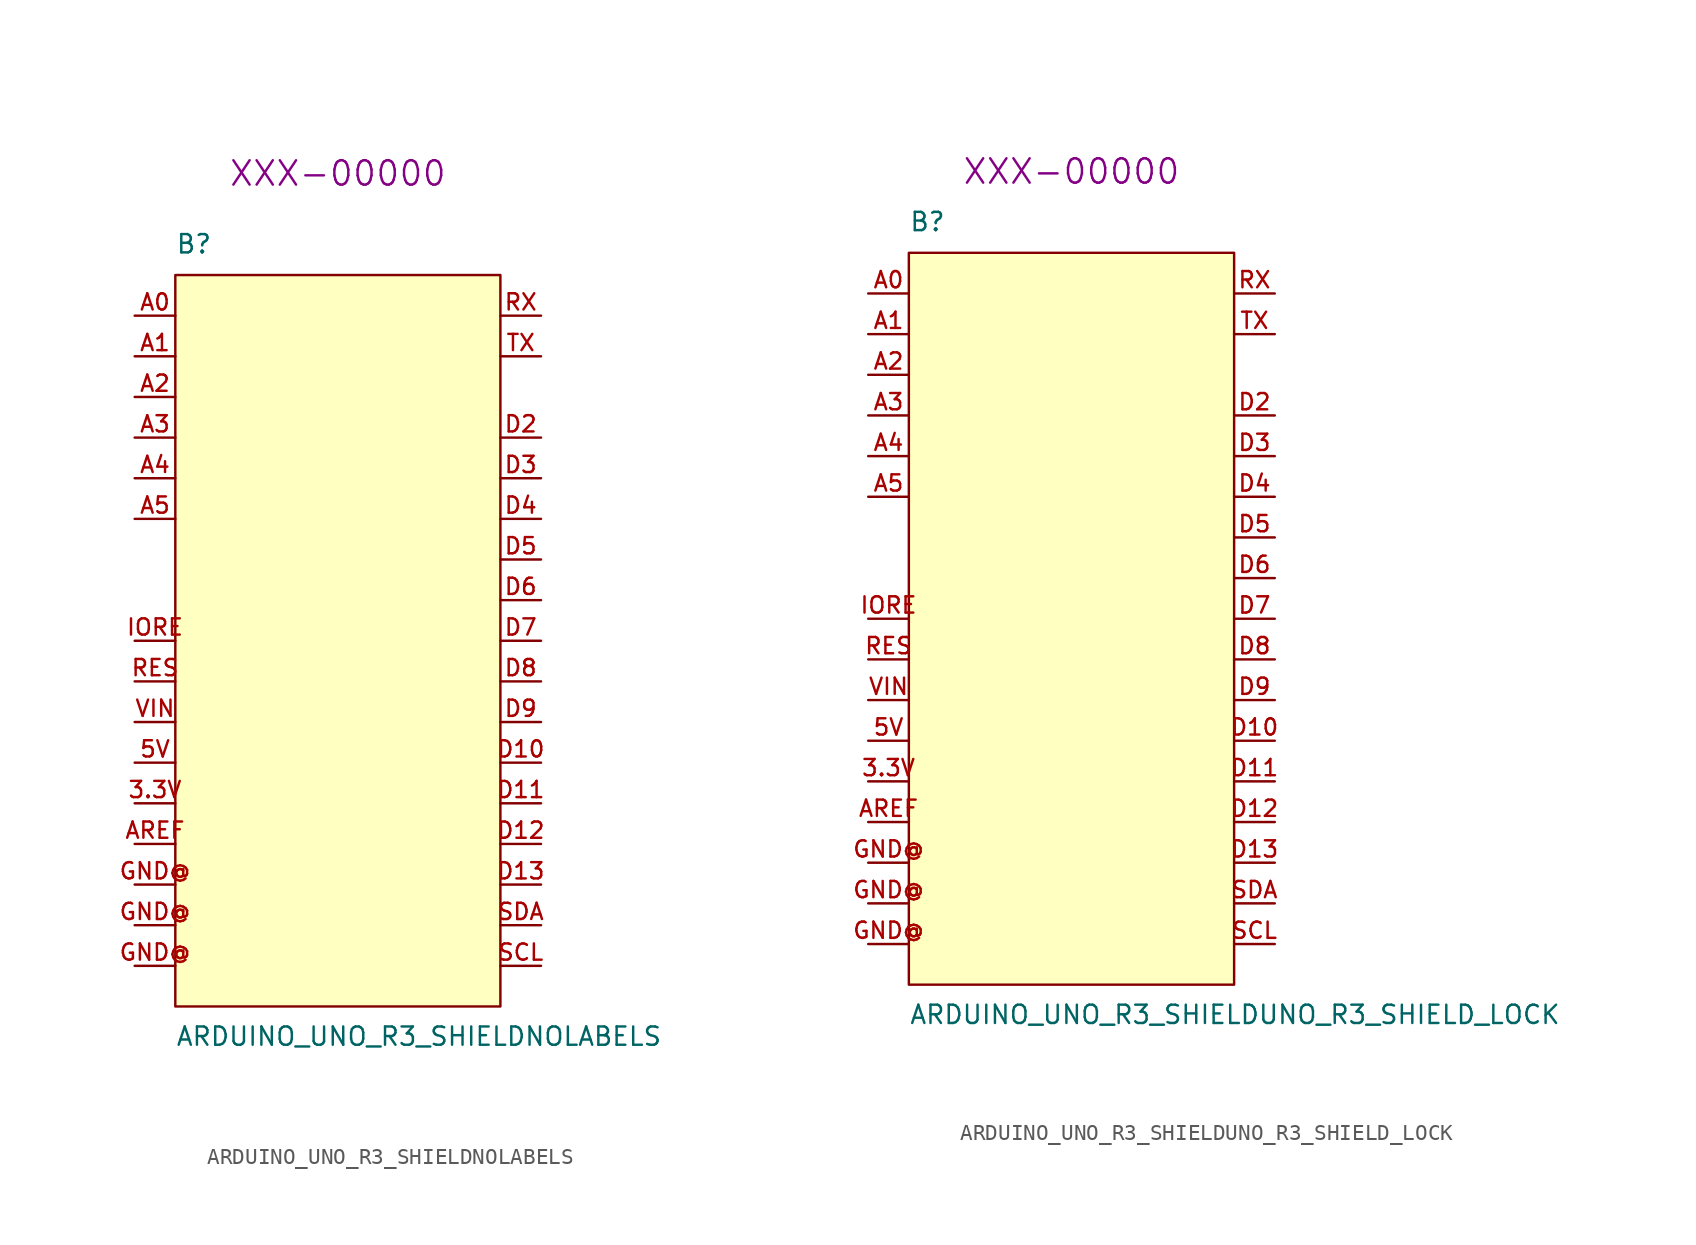
<source format=kicad_sym>
(kicad_symbol_lib
  (version 20220914)
  (generator kicad_symbol_editor)
  (symbol "ARDUINO_UNO_R3_SHIELDNOLABELS"
    (pin_names
      (offset 1.016) hide)
    (property "Reference" "B"
      (at -10.16 21.59 0)
      (effects (font (size 1.143 1.143)) (justify left bottom)))
    (property "Value" "ARDUINO_UNO_R3_SHIELDNOLABELS"
      (at -10.16 -27.94 0)
      (effects (font (size 1.143 1.143)) (justify left bottom)))
    (property "Field4" "XXX-00000"
      (at 0 26.67 0)
      (effects (font (size 1.524 1.524))))
    (property "ki_locked" ""
      (at 0 0 0)
      (effects (font (size 1.27 1.27))))
    (symbol "ARDUINO_UNO_R3_SHIELDNOLABELS_1_1"
      (polyline (pts (xy -10.16 -25.4) (xy -10.16 20.32) (xy 10.16 20.32) (xy 10.16 -25.4) (xy -10.16 -25.4)) (stroke (width 0) (type solid)) (fill (type background)))
      (pin bidirectional line (at -12.7 -12.7 0) (length 2.54) (name "3.3V" (effects (font (size 1.016 1.016)))) (number "3.3V" (effects (font (size 1.016 1.016)))))
      (pin bidirectional line (at -12.7 -10.16 0) (length 2.54) (name "5V" (effects (font (size 1.016 1.016)))) (number "5V" (effects (font (size 1.016 1.016)))))
      (pin bidirectional line (at -12.7 17.78 0) (length 2.54) (name "A0" (effects (font (size 1.016 1.016)))) (number "A0" (effects (font (size 1.016 1.016)))))
      (pin bidirectional line (at -12.7 15.24 0) (length 2.54) (name "A1" (effects (font (size 1.016 1.016)))) (number "A1" (effects (font (size 1.016 1.016)))))
      (pin bidirectional line (at -12.7 12.7 0) (length 2.54) (name "A2" (effects (font (size 1.016 1.016)))) (number "A2" (effects (font (size 1.016 1.016)))))
      (pin bidirectional line (at -12.7 10.16 0) (length 2.54) (name "A3" (effects (font (size 1.016 1.016)))) (number "A3" (effects (font (size 1.016 1.016)))))
      (pin bidirectional line (at -12.7 7.62 0) (length 2.54) (name "A4" (effects (font (size 1.016 1.016)))) (number "A4" (effects (font (size 1.016 1.016)))))
      (pin bidirectional line (at -12.7 5.08 0) (length 2.54) (name "A5" (effects (font (size 1.016 1.016)))) (number "A5" (effects (font (size 1.016 1.016)))))
      (pin bidirectional line (at -12.7 -15.24 0) (length 2.54) (name "AREF" (effects (font (size 1.016 1.016)))) (number "AREF" (effects (font (size 1.016 1.016)))))
      (pin bidirectional line (at 12.7 -10.16 180) (length 2.54) (name "*D10" (effects (font (size 1.016 1.016)))) (number "D10" (effects (font (size 1.016 1.016)))))
      (pin bidirectional line (at 12.7 -12.7 180) (length 2.54) (name "*D11" (effects (font (size 1.016 1.016)))) (number "D11" (effects (font (size 1.016 1.016)))))
      (pin bidirectional line (at 12.7 -15.24 180) (length 2.54) (name "D12" (effects (font (size 1.016 1.016)))) (number "D12" (effects (font (size 1.016 1.016)))))
      (pin bidirectional line (at 12.7 -17.78 180) (length 2.54) (name "D13" (effects (font (size 1.016 1.016)))) (number "D13" (effects (font (size 1.016 1.016)))))
      (pin bidirectional line (at 12.7 10.16 180) (length 2.54) (name "D2" (effects (font (size 1.016 1.016)))) (number "D2" (effects (font (size 1.016 1.016)))))
      (pin bidirectional line (at 12.7 7.62 180) (length 2.54) (name "*D3" (effects (font (size 1.016 1.016)))) (number "D3" (effects (font (size 1.016 1.016)))))
      (pin bidirectional line (at 12.7 5.08 180) (length 2.54) (name "D4" (effects (font (size 1.016 1.016)))) (number "D4" (effects (font (size 1.016 1.016)))))
      (pin bidirectional line (at 12.7 2.54 180) (length 2.54) (name "*D5" (effects (font (size 1.016 1.016)))) (number "D5" (effects (font (size 1.016 1.016)))))
      (pin bidirectional line (at 12.7 0 180) (length 2.54) (name "*D6" (effects (font (size 1.016 1.016)))) (number "D6" (effects (font (size 1.016 1.016)))))
      (pin bidirectional line (at 12.7 -2.54 180) (length 2.54) (name "D7" (effects (font (size 1.016 1.016)))) (number "D7" (effects (font (size 1.016 1.016)))))
      (pin bidirectional line (at 12.7 -5.08 180) (length 2.54) (name "D8" (effects (font (size 1.016 1.016)))) (number "D8" (effects (font (size 1.016 1.016)))))
      (pin bidirectional line (at 12.7 -7.62 180) (length 2.54) (name "*D9" (effects (font (size 1.016 1.016)))) (number "D9" (effects (font (size 1.016 1.016)))))
      (pin bidirectional line (at -12.7 -22.86 0) (length 2.54) (name "GND" (effects (font (size 1.016 1.016)))) (number "GND@" (effects (font (size 1.016 1.016)))))
      (pin bidirectional line (at -12.7 -20.32 0) (length 2.54) (name "GND" (effects (font (size 1.016 1.016)))) (number "GND@" (effects (font (size 1.016 1.016)))))
      (pin bidirectional line (at -12.7 -17.78 0) (length 2.54) (name "GND" (effects (font (size 1.016 1.016)))) (number "GND@" (effects (font (size 1.016 1.016)))))
      (pin bidirectional line (at -12.7 -2.54 0) (length 2.54) (name "IOREF" (effects (font (size 1.016 1.016)))) (number "IORE" (effects (font (size 1.016 1.016)))))
      (pin bidirectional line (at -12.7 -5.08 0) (length 2.54) (name "RES" (effects (font (size 1.016 1.016)))) (number "RES" (effects (font (size 1.016 1.016)))))
      (pin bidirectional line (at 12.7 17.78 180) (length 2.54) (name "RX" (effects (font (size 1.016 1.016)))) (number "RX" (effects (font (size 1.016 1.016)))))
      (pin bidirectional line (at 12.7 -22.86 180) (length 2.54) (name "SCL" (effects (font (size 1.016 1.016)))) (number "SCL" (effects (font (size 1.016 1.016)))))
      (pin bidirectional line (at 12.7 -20.32 180) (length 2.54) (name "SDA" (effects (font (size 1.016 1.016)))) (number "SDA" (effects (font (size 1.016 1.016)))))
      (pin bidirectional line (at 12.7 15.24 180) (length 2.54) (name "TX" (effects (font (size 1.016 1.016)))) (number "TX" (effects (font (size 1.016 1.016)))))
      (pin bidirectional line (at -12.7 -7.62 0) (length 2.54) (name "VIN" (effects (font (size 1.016 1.016)))) (number "VIN" (effects (font (size 1.016 1.016)))))))
  (symbol "ARDUINO_UNO_R3_SHIELDUNO_R3_SHIELD_LOCK"
    (pin_names
      (offset 1.016) hide)
    (property "Reference" "B"
      (at -10.16 21.59 0)
      (effects (font (size 1.143 1.143)) (justify left bottom)))
    (property "Value" "ARDUINO_UNO_R3_SHIELDUNO_R3_SHIELD_LOCK"
      (at -10.16 -27.94 0)
      (effects (font (size 1.143 1.143)) (justify left bottom)))
    (property "Field4" "XXX-00000"
      (at 0 25.4 0)
      (effects (font (size 1.524 1.524))))
    (property "ki_locked" ""
      (at 0 0 0)
      (effects (font (size 1.27 1.27))))
    (symbol "ARDUINO_UNO_R3_SHIELDUNO_R3_SHIELD_LOCK_1_1"
      (polyline (pts (xy -10.16 -25.4) (xy -10.16 20.32) (xy 10.16 20.32) (xy 10.16 -25.4) (xy -10.16 -25.4)) (stroke (width 0) (type solid)) (fill (type background)))
      (pin bidirectional line (at -12.7 -12.7 0) (length 2.54) (name "3.3V" (effects (font (size 1.016 1.016)))) (number "3.3V" (effects (font (size 1.016 1.016)))))
      (pin bidirectional line (at -12.7 -10.16 0) (length 2.54) (name "5V" (effects (font (size 1.016 1.016)))) (number "5V" (effects (font (size 1.016 1.016)))))
      (pin bidirectional line (at -12.7 17.78 0) (length 2.54) (name "A0" (effects (font (size 1.016 1.016)))) (number "A0" (effects (font (size 1.016 1.016)))))
      (pin bidirectional line (at -12.7 15.24 0) (length 2.54) (name "A1" (effects (font (size 1.016 1.016)))) (number "A1" (effects (font (size 1.016 1.016)))))
      (pin bidirectional line (at -12.7 12.7 0) (length 2.54) (name "A2" (effects (font (size 1.016 1.016)))) (number "A2" (effects (font (size 1.016 1.016)))))
      (pin bidirectional line (at -12.7 10.16 0) (length 2.54) (name "A3" (effects (font (size 1.016 1.016)))) (number "A3" (effects (font (size 1.016 1.016)))))
      (pin bidirectional line (at -12.7 7.62 0) (length 2.54) (name "A4" (effects (font (size 1.016 1.016)))) (number "A4" (effects (font (size 1.016 1.016)))))
      (pin bidirectional line (at -12.7 5.08 0) (length 2.54) (name "A5" (effects (font (size 1.016 1.016)))) (number "A5" (effects (font (size 1.016 1.016)))))
      (pin bidirectional line (at -12.7 -15.24 0) (length 2.54) (name "AREF" (effects (font (size 1.016 1.016)))) (number "AREF" (effects (font (size 1.016 1.016)))))
      (pin bidirectional line (at 12.7 -10.16 180) (length 2.54) (name "*D10" (effects (font (size 1.016 1.016)))) (number "D10" (effects (font (size 1.016 1.016)))))
      (pin bidirectional line (at 12.7 -12.7 180) (length 2.54) (name "*D11" (effects (font (size 1.016 1.016)))) (number "D11" (effects (font (size 1.016 1.016)))))
      (pin bidirectional line (at 12.7 -15.24 180) (length 2.54) (name "D12" (effects (font (size 1.016 1.016)))) (number "D12" (effects (font (size 1.016 1.016)))))
      (pin bidirectional line (at 12.7 -17.78 180) (length 2.54) (name "D13" (effects (font (size 1.016 1.016)))) (number "D13" (effects (font (size 1.016 1.016)))))
      (pin bidirectional line (at 12.7 10.16 180) (length 2.54) (name "D2" (effects (font (size 1.016 1.016)))) (number "D2" (effects (font (size 1.016 1.016)))))
      (pin bidirectional line (at 12.7 7.62 180) (length 2.54) (name "*D3" (effects (font (size 1.016 1.016)))) (number "D3" (effects (font (size 1.016 1.016)))))
      (pin bidirectional line (at 12.7 5.08 180) (length 2.54) (name "D4" (effects (font (size 1.016 1.016)))) (number "D4" (effects (font (size 1.016 1.016)))))
      (pin bidirectional line (at 12.7 2.54 180) (length 2.54) (name "*D5" (effects (font (size 1.016 1.016)))) (number "D5" (effects (font (size 1.016 1.016)))))
      (pin bidirectional line (at 12.7 0 180) (length 2.54) (name "*D6" (effects (font (size 1.016 1.016)))) (number "D6" (effects (font (size 1.016 1.016)))))
      (pin bidirectional line (at 12.7 -2.54 180) (length 2.54) (name "D7" (effects (font (size 1.016 1.016)))) (number "D7" (effects (font (size 1.016 1.016)))))
      (pin bidirectional line (at 12.7 -5.08 180) (length 2.54) (name "D8" (effects (font (size 1.016 1.016)))) (number "D8" (effects (font (size 1.016 1.016)))))
      (pin bidirectional line (at 12.7 -7.62 180) (length 2.54) (name "*D9" (effects (font (size 1.016 1.016)))) (number "D9" (effects (font (size 1.016 1.016)))))
      (pin bidirectional line (at -12.7 -22.86 0) (length 2.54) (name "GND" (effects (font (size 1.016 1.016)))) (number "GND@" (effects (font (size 1.016 1.016)))))
      (pin bidirectional line (at -12.7 -20.32 0) (length 2.54) (name "GND" (effects (font (size 1.016 1.016)))) (number "GND@" (effects (font (size 1.016 1.016)))))
      (pin bidirectional line (at -12.7 -17.78 0) (length 2.54) (name "GND" (effects (font (size 1.016 1.016)))) (number "GND@" (effects (font (size 1.016 1.016)))))
      (pin bidirectional line (at -12.7 -2.54 0) (length 2.54) (name "IOREF" (effects (font (size 1.016 1.016)))) (number "IORE" (effects (font (size 1.016 1.016)))))
      (pin bidirectional line (at -12.7 -5.08 0) (length 2.54) (name "RES" (effects (font (size 1.016 1.016)))) (number "RES" (effects (font (size 1.016 1.016)))))
      (pin bidirectional line (at 12.7 17.78 180) (length 2.54) (name "RX" (effects (font (size 1.016 1.016)))) (number "RX" (effects (font (size 1.016 1.016)))))
      (pin bidirectional line (at 12.7 -22.86 180) (length 2.54) (name "SCL" (effects (font (size 1.016 1.016)))) (number "SCL" (effects (font (size 1.016 1.016)))))
      (pin bidirectional line (at 12.7 -20.32 180) (length 2.54) (name "SDA" (effects (font (size 1.016 1.016)))) (number "SDA" (effects (font (size 1.016 1.016)))))
      (pin bidirectional line (at 12.7 15.24 180) (length 2.54) (name "TX" (effects (font (size 1.016 1.016)))) (number "TX" (effects (font (size 1.016 1.016)))))
      (pin bidirectional line (at -12.7 -7.62 0) (length 2.54) (name "VIN" (effects (font (size 1.016 1.016)))) (number "VIN" (effects (font (size 1.016 1.016))))))))
</source>
